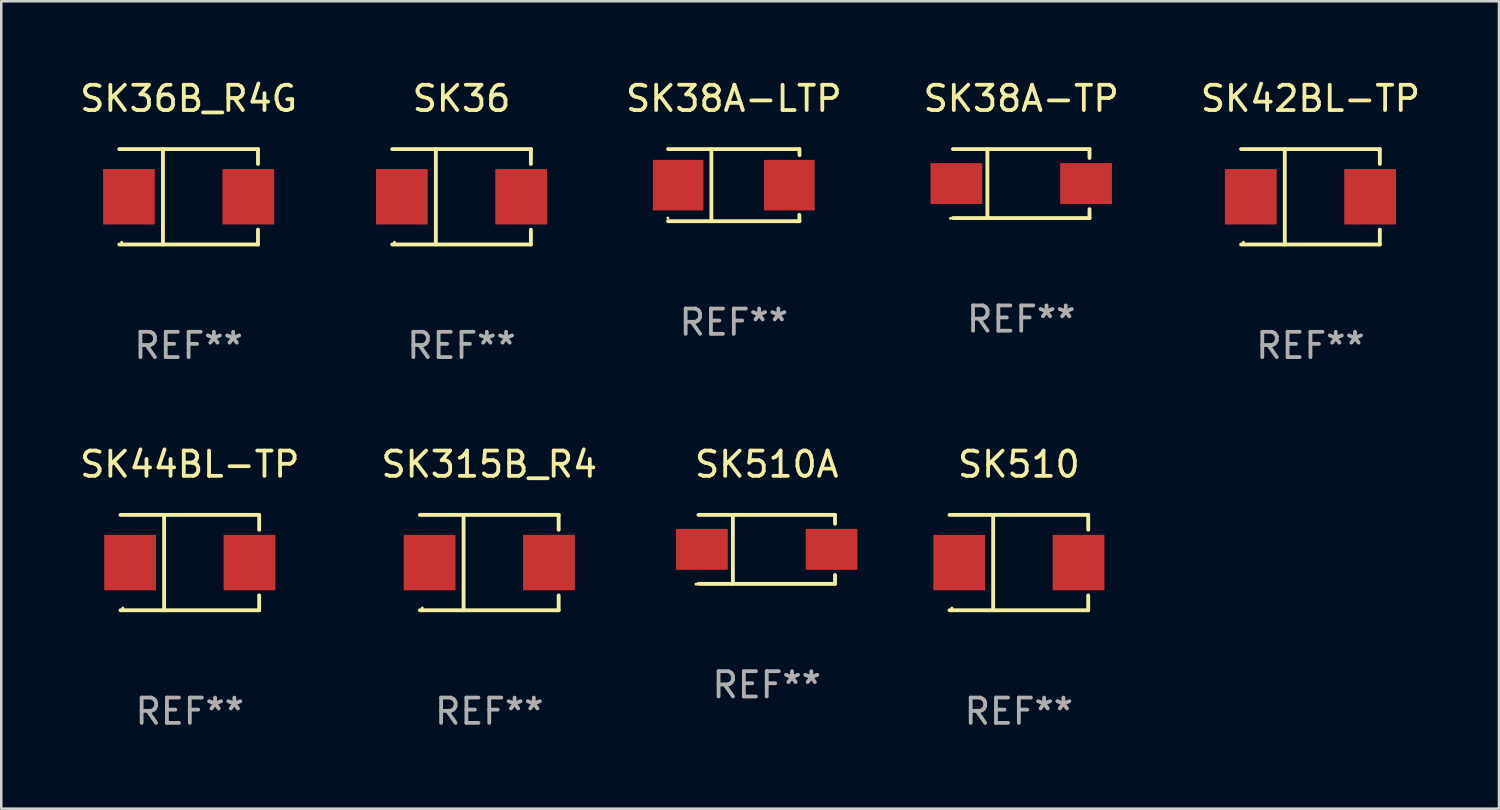
<source format=kicad_pcb>
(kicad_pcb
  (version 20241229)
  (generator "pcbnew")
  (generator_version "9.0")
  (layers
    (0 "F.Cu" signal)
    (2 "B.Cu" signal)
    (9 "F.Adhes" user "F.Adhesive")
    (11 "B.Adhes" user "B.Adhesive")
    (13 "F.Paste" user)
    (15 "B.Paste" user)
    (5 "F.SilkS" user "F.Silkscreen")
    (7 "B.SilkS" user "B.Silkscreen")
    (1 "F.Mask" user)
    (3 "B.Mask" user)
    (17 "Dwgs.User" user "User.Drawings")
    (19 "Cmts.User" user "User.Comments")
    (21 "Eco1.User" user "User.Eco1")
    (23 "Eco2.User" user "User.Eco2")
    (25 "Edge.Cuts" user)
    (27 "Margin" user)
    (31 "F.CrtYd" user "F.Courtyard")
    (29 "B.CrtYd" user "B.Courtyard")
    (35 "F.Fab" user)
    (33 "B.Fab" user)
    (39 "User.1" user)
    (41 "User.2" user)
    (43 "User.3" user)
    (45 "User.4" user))
  (footprint "SK510A"
    (layer "F.Cu")
    (at 27.279 18.681)
    (property "Reference" "SK510A" (at 0 -3.364 0) (layer "F.SilkS") (effects (font (size 1 1) (thickness 0.15))))
    (attr through_hole)
    (fp_line (start -2.701 -1.364) (end 2.701 -1.364) (stroke (width 0.152) (type solid)) (layer "F.SilkS"))
    (fp_line (start -2.701 1.364) (end 2.701 1.364) (stroke (width 0.152) (type solid)) (layer "F.SilkS"))
    (fp_line (start -1.339 -1.364) (end -1.339 1.364) (stroke (width 0.152) (type solid)) (layer "F.SilkS"))
    (fp_line (start 2.701 -1.364) (end 2.701 -1.013) (stroke (width 0.152) (type solid)) (layer "F.SilkS"))
    (fp_line (start 2.701 1.364) (end 2.701 1.013) (stroke (width 0.152) (type solid)) (layer "F.SilkS"))
    (fp_circle (center -2.8 1.375) (end -2.77 1.375) (stroke (width 0.06) (type solid)) (fill no) (layer "F.SilkS"))
    (fp_text user "REF**" (at 0 5.364 0) (layer "F.Fab") (effects (font (size 1 1) (thickness 0.15))))
    (pad "1" smd rect (at -2.565 -0.000025) (size 2.046 1.62) (layers "F.Cu" "F.Mask" "F.Paste"))
    (pad "2" smd rect (at 2.565 -0.000025) (size 2.046 1.62) (layers "F.Cu" "F.Mask" "F.Paste")))
  (footprint "SK38A-LTP"
    (layer "F.Cu")
    (at 25.977 4.274)
    (property "Reference" "SK38A-LTP" (at 0 -3.426 0) (layer "F.SilkS") (effects (font (size 1 1) (thickness 0.15))))
    (attr through_hole)
    (fp_line (start -2.6 -1.426) (end 2.593 -1.426) (stroke (width 0.152) (type solid)) (layer "F.SilkS"))
    (fp_line (start -2.6 1.426) (end 2.593 1.426) (stroke (width 0.152) (type solid)) (layer "F.SilkS"))
    (fp_line (start -0.887 -1.426) (end -0.887 1.426) (stroke (width 0.152) (type solid)) (layer "F.SilkS"))
    (fp_line (start 2.59 1.176) (end 2.597 1.415) (stroke (width 0.152) (type solid)) (layer "F.SilkS"))
    (fp_line (start 2.593 -1.426) (end 2.6 -1.187) (stroke (width 0.152) (type solid)) (layer "F.SilkS"))
    (fp_circle (center -2.608 1.3) (end -2.578 1.3) (stroke (width 0.06) (type solid)) (fill no) (layer "F.SilkS"))
    (fp_text user "REF**" (at 0 5.426 0) (layer "F.Fab") (effects (font (size 1 1) (thickness 0.15))))
    (pad "1" smd rect (at -2.203 0 180) (size 2 2) (layers "F.Cu" "F.Mask" "F.Paste"))
    (pad "2" smd rect (at 2.197 0 180) (size 2 2) (layers "F.Cu" "F.Mask" "F.Paste")))
  (footprint "SK315B_R4"
    (layer "F.Cu")
    (at 16.304 19.203)
    (property "Reference" "SK315B_R4" (at 0 -3.886 0) (layer "F.SilkS") (effects (font (size 1 1) (thickness 0.15))))
    (attr through_hole)
    (fp_line (start -2.744 -1.886) (end 2.744 -1.886) (stroke (width 0.152) (type solid)) (layer "F.SilkS"))
    (fp_line (start -2.744 1.886) (end 2.744 1.886) (stroke (width 0.152) (type solid)) (layer "F.SilkS"))
    (fp_line (start -1.016 -1.886) (end -1.016 1.886) (stroke (width 0.152) (type solid)) (layer "F.SilkS"))
    (fp_line (start 2.744 -1.886) (end 2.744 -1.299) (stroke (width 0.152) (type solid)) (layer "F.SilkS"))
    (fp_line (start 2.744 1.886) (end 2.744 1.299) (stroke (width 0.152) (type solid)) (layer "F.SilkS"))
    (fp_circle (center -2.65 1.8) (end -2.62 1.8) (stroke (width 0.06) (type solid)) (fill no) (layer "F.SilkS"))
    (fp_text user "REF**" (at 0 5.886 0) (layer "F.Fab") (effects (font (size 1 1) (thickness 0.15))))
    (pad "1" smd rect (at -2.361 0) (size 2.047 2.192) (layers "F.Cu" "F.Mask" "F.Paste"))
    (pad "2" smd rect (at 2.361 0) (size 2.047 2.192) (layers "F.Cu" "F.Mask" "F.Paste")))
  (footprint "SK44BL-TP"
    (layer "F.Cu")
    (at 4.458 19.203)
    (property "Reference" "SK44BL-TP" (at 0 -3.886 0) (layer "F.SilkS") (effects (font (size 1 1) (thickness 0.15))))
    (attr through_hole)
    (fp_line (start -2.744 -1.886) (end 2.744 -1.886) (stroke (width 0.152) (type solid)) (layer "F.SilkS"))
    (fp_line (start -2.744 1.886) (end 2.744 1.886) (stroke (width 0.152) (type solid)) (layer "F.SilkS"))
    (fp_line (start -1.016 -1.886) (end -1.016 1.886) (stroke (width 0.152) (type solid)) (layer "F.SilkS"))
    (fp_line (start 2.744 -1.886) (end 2.744 -1.299) (stroke (width 0.152) (type solid)) (layer "F.SilkS"))
    (fp_line (start 2.744 1.886) (end 2.744 1.299) (stroke (width 0.152) (type solid)) (layer "F.SilkS"))
    (fp_circle (center -2.65 1.8) (end -2.62 1.8) (stroke (width 0.06) (type solid)) (fill no) (layer "F.SilkS"))
    (fp_text user "REF**" (at 0 5.886 0) (layer "F.Fab") (effects (font (size 1 1) (thickness 0.15))))
    (pad "1" smd rect (at -2.361 0) (size 2.047 2.192) (layers "F.Cu" "F.Mask" "F.Paste"))
    (pad "2" smd rect (at 2.361 0) (size 2.047 2.192) (layers "F.Cu" "F.Mask" "F.Paste")))
  (footprint "SK42BL-TP"
    (layer "F.Cu")
    (at 48.787 4.734)
    (property "Reference" "SK42BL-TP" (at 0 -3.886 0) (layer "F.SilkS") (effects (font (size 1 1) (thickness 0.15))))
    (attr through_hole)
    (fp_line (start -2.744 -1.886) (end 2.744 -1.886) (stroke (width 0.152) (type solid)) (layer "F.SilkS"))
    (fp_line (start -2.744 1.886) (end 2.744 1.886) (stroke (width 0.152) (type solid)) (layer "F.SilkS"))
    (fp_line (start -1.016 -1.886) (end -1.016 1.886) (stroke (width 0.152) (type solid)) (layer "F.SilkS"))
    (fp_line (start 2.744 -1.886) (end 2.744 -1.299) (stroke (width 0.152) (type solid)) (layer "F.SilkS"))
    (fp_line (start 2.744 1.886) (end 2.744 1.299) (stroke (width 0.152) (type solid)) (layer "F.SilkS"))
    (fp_circle (center -2.65 1.8) (end -2.62 1.8) (stroke (width 0.06) (type solid)) (fill no) (layer "F.SilkS"))
    (fp_text user "REF**" (at 0 5.886 0) (layer "F.Fab") (effects (font (size 1 1) (thickness 0.15))))
    (pad "1" smd rect (at -2.361 0) (size 2.047 2.192) (layers "F.Cu" "F.Mask" "F.Paste"))
    (pad "2" smd rect (at 2.361 0) (size 2.047 2.192) (layers "F.Cu" "F.Mask" "F.Paste")))
  (footprint "SK36B_R4G"
    (layer "F.Cu")
    (at 4.411 4.734)
    (property "Reference" "SK36B_R4G" (at 0 -3.886 0) (layer "F.SilkS") (effects (font (size 1 1) (thickness 0.15))))
    (attr through_hole)
    (fp_line (start -2.744 -1.886) (end 2.744 -1.886) (stroke (width 0.152) (type solid)) (layer "F.SilkS"))
    (fp_line (start -2.744 1.886) (end 2.744 1.886) (stroke (width 0.152) (type solid)) (layer "F.SilkS"))
    (fp_line (start -1.016 -1.886) (end -1.016 1.886) (stroke (width 0.152) (type solid)) (layer "F.SilkS"))
    (fp_line (start 2.744 -1.886) (end 2.744 -1.299) (stroke (width 0.152) (type solid)) (layer "F.SilkS"))
    (fp_line (start 2.744 1.886) (end 2.744 1.299) (stroke (width 0.152) (type solid)) (layer "F.SilkS"))
    (fp_circle (center -2.65 1.8) (end -2.62 1.8) (stroke (width 0.06) (type solid)) (fill no) (layer "F.SilkS"))
    (fp_text user "REF**" (at 0 5.886 0) (layer "F.Fab") (effects (font (size 1 1) (thickness 0.15))))
    (pad "1" smd rect (at -2.361 0) (size 2.047 2.192) (layers "F.Cu" "F.Mask" "F.Paste"))
    (pad "2" smd rect (at 2.361 0) (size 2.047 2.192) (layers "F.Cu" "F.Mask" "F.Paste")))
  (footprint "SK510"
    (layer "F.Cu")
    (at 37.252 19.203)
    (property "Reference" "SK510" (at 0 -3.886 0) (layer "F.SilkS") (effects (font (size 1 1) (thickness 0.15))))
    (attr through_hole)
    (fp_line (start -2.744 -1.886) (end 2.744 -1.886) (stroke (width 0.152) (type solid)) (layer "F.SilkS"))
    (fp_line (start -2.744 1.886) (end 2.744 1.886) (stroke (width 0.152) (type solid)) (layer "F.SilkS"))
    (fp_line (start -1.016 -1.886) (end -1.016 1.886) (stroke (width 0.152) (type solid)) (layer "F.SilkS"))
    (fp_line (start 2.744 -1.886) (end 2.744 -1.299) (stroke (width 0.152) (type solid)) (layer "F.SilkS"))
    (fp_line (start 2.744 1.886) (end 2.744 1.299) (stroke (width 0.152) (type solid)) (layer "F.SilkS"))
    (fp_circle (center -2.65 1.8) (end -2.62 1.8) (stroke (width 0.06) (type solid)) (fill no) (layer "F.SilkS"))
    (fp_text user "REF**" (at 0 5.886 0) (layer "F.Fab") (effects (font (size 1 1) (thickness 0.15))))
    (pad "1" smd rect (at -2.361 0) (size 2.047 2.192) (layers "F.Cu" "F.Mask" "F.Paste"))
    (pad "2" smd rect (at 2.361 0) (size 2.047 2.192) (layers "F.Cu" "F.Mask" "F.Paste")))
  (footprint "SK36"
    (layer "F.Cu")
    (at 15.206 4.734)
    (property "Reference" "SK36" (at 0 -3.886 0) (layer "F.SilkS") (effects (font (size 1 1) (thickness 0.15))))
    (attr through_hole)
    (fp_line (start -2.744 -1.886) (end 2.744 -1.886) (stroke (width 0.152) (type solid)) (layer "F.SilkS"))
    (fp_line (start -2.744 1.886) (end 2.744 1.886) (stroke (width 0.152) (type solid)) (layer "F.SilkS"))
    (fp_line (start -1.016 -1.886) (end -1.016 1.886) (stroke (width 0.152) (type solid)) (layer "F.SilkS"))
    (fp_line (start 2.744 -1.886) (end 2.744 -1.299) (stroke (width 0.152) (type solid)) (layer "F.SilkS"))
    (fp_line (start 2.744 1.886) (end 2.744 1.299) (stroke (width 0.152) (type solid)) (layer "F.SilkS"))
    (fp_circle (center -2.65 1.8) (end -2.62 1.8) (stroke (width 0.06) (type solid)) (fill no) (layer "F.SilkS"))
    (fp_text user "REF**" (at 0 5.886 0) (layer "F.Fab") (effects (font (size 1 1) (thickness 0.15))))
    (pad "1" smd rect (at -2.361 0) (size 2.047 2.192) (layers "F.Cu" "F.Mask" "F.Paste"))
    (pad "2" smd rect (at 2.361 0) (size 2.047 2.192) (layers "F.Cu" "F.Mask" "F.Paste")))
  (footprint "SK38A-TP"
    (layer "F.Cu")
    (at 37.346 4.212)
    (property "Reference" "SK38A-TP" (at 0 -3.364 0) (layer "F.SilkS") (effects (font (size 1 1) (thickness 0.15))))
    (attr through_hole)
    (fp_line (start -2.701 -1.364) (end 2.701 -1.364) (stroke (width 0.152) (type solid)) (layer "F.SilkS"))
    (fp_line (start -2.701 1.364) (end 2.701 1.364) (stroke (width 0.152) (type solid)) (layer "F.SilkS"))
    (fp_line (start -1.339 -1.364) (end -1.339 1.364) (stroke (width 0.152) (type solid)) (layer "F.SilkS"))
    (fp_line (start 2.701 -1.364) (end 2.701 -1.013) (stroke (width 0.152) (type solid)) (layer "F.SilkS"))
    (fp_line (start 2.701 1.364) (end 2.701 1.013) (stroke (width 0.152) (type solid)) (layer "F.SilkS"))
    (fp_circle (center -2.8 1.375) (end -2.77 1.375) (stroke (width 0.06) (type solid)) (fill no) (layer "F.SilkS"))
    (fp_text user "REF**" (at 0 5.364 0) (layer "F.Fab") (effects (font (size 1 1) (thickness 0.15))))
    (pad "1" smd rect (at -2.565 -0.000025) (size 2.046 1.62) (layers "F.Cu" "F.Mask" "F.Paste"))
    (pad "2" smd rect (at 2.565 -0.000025) (size 2.046 1.62) (layers "F.Cu" "F.Mask" "F.Paste")))
  (gr_rect
    (start -3 -3)
    (end 56.245 28.938)
    (stroke (width 0.1) (type default))
    (fill no)
    (layer "Edge.Cuts")))
</source>
